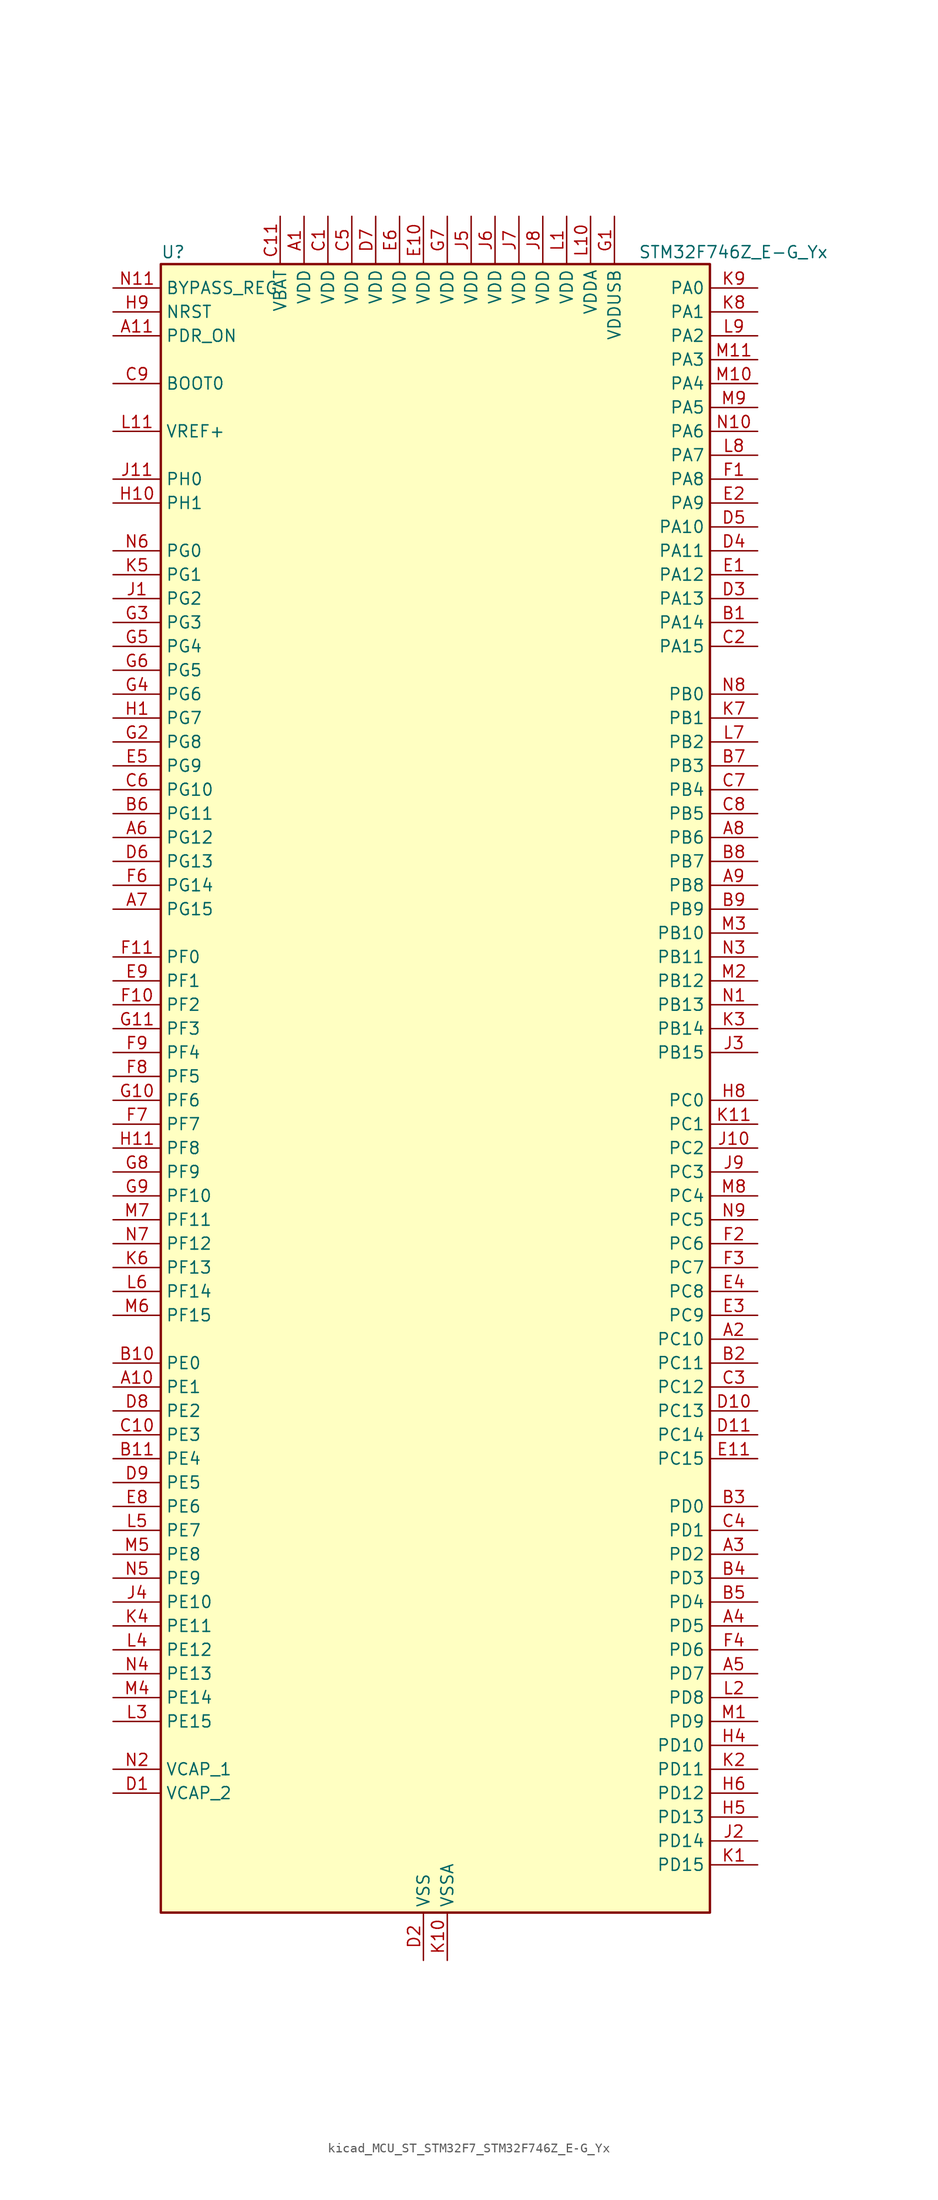
<source format=kicad_sym>
(kicad_symbol_lib
  (version 20220914)
  (generator kicad_symbol_editor)
  (symbol "kicad_MCU_ST_STM32F7_STM32F746Z_E-G_Yx"
    (property "Reference" "U"
      (at -27.94 90.17 0)
      (effects (font (size 1.27 1.27)) (justify left)))
    (property "Value" "STM32F746Z_E-G_Yx"
      (at 22.86 90.17 0)
      (effects (font (size 1.27 1.27)) (justify left)))
    (property "ki_locked" ""
      (at 0 0 0)
      (effects (font (size 1.27 1.27))))
    (symbol "kicad_MCU_ST_STM32F7_STM32F746Z_E-G_Yx_0_1"
      (rectangle (start -27.94 -86.36) (end 30.48 88.9) (stroke (width 0.254) (type default)) (fill (type background))))
    (symbol "kicad_MCU_ST_STM32F7_STM32F746Z_E-G_Yx_1_1"
      (pin power_in line (at -12.7 93.98 270) (length 5.08) (name "VDD" (effects (font (size 1.27 1.27)))) (number "A1" (effects (font (size 1.27 1.27)))))
      (pin bidirectional line (at -33.02 -30.48 0) (length 5.08) (name "PE1" (effects (font (size 1.27 1.27)))) (number "A10" (effects (font (size 1.27 1.27)))) (alternate "DCMI_D3" bidirectional line) (alternate "FMC_NBL1" bidirectional line) (alternate "LPTIM1_IN2" bidirectional line) (alternate "UART8_TX" bidirectional line))
      (pin input line (at -33.02 81.28 0) (length 5.08) (name "PDR_ON" (effects (font (size 1.27 1.27)))) (number "A11" (effects (font (size 1.27 1.27)))))
      (pin bidirectional line (at 35.56 -25.4 180) (length 5.08) (name "PC10" (effects (font (size 1.27 1.27)))) (number "A2" (effects (font (size 1.27 1.27)))) (alternate "DCMI_D8" bidirectional line) (alternate "I2S3_CK" bidirectional line) (alternate "LTDC_R2" bidirectional line) (alternate "QUADSPI_BK1_IO1" bidirectional line) (alternate "SDMMC1_D2" bidirectional line) (alternate "SPI3_SCK" bidirectional line) (alternate "UART4_TX" bidirectional line) (alternate "USART3_TX" bidirectional line))
      (pin bidirectional line (at 35.56 -48.26 180) (length 5.08) (name "PD2" (effects (font (size 1.27 1.27)))) (number "A3" (effects (font (size 1.27 1.27)))) (alternate "DCMI_D11" bidirectional line) (alternate "SDMMC1_CMD" bidirectional line) (alternate "SYS_TRACED2" bidirectional line) (alternate "TIM3_ETR" bidirectional line) (alternate "UART5_RX" bidirectional line))
      (pin bidirectional line (at 35.56 -55.88 180) (length 5.08) (name "PD5" (effects (font (size 1.27 1.27)))) (number "A4" (effects (font (size 1.27 1.27)))) (alternate "FMC_NWE" bidirectional line) (alternate "USART2_TX" bidirectional line))
      (pin bidirectional line (at 35.56 -60.96 180) (length 5.08) (name "PD7" (effects (font (size 1.27 1.27)))) (number "A5" (effects (font (size 1.27 1.27)))) (alternate "FMC_NE1" bidirectional line) (alternate "SPDIFRX_IN0" bidirectional line) (alternate "USART2_CK" bidirectional line))
      (pin bidirectional line (at -33.02 27.94 0) (length 5.08) (name "PG12" (effects (font (size 1.27 1.27)))) (number "A6" (effects (font (size 1.27 1.27)))) (alternate "FMC_NE4" bidirectional line) (alternate "LPTIM1_IN1" bidirectional line) (alternate "LTDC_B1" bidirectional line) (alternate "LTDC_B4" bidirectional line) (alternate "SPDIFRX_IN1" bidirectional line) (alternate "SPI6_MISO" bidirectional line) (alternate "USART6_DE" bidirectional line) (alternate "USART6_RTS" bidirectional line))
      (pin bidirectional line (at -33.02 20.32 0) (length 5.08) (name "PG15" (effects (font (size 1.27 1.27)))) (number "A7" (effects (font (size 1.27 1.27)))) (alternate "DCMI_D13" bidirectional line) (alternate "FMC_SDNCAS" bidirectional line) (alternate "USART6_CTS" bidirectional line))
      (pin bidirectional line (at 35.56 27.94 180) (length 5.08) (name "PB6" (effects (font (size 1.27 1.27)))) (number "A8" (effects (font (size 1.27 1.27)))) (alternate "CAN2_TX" bidirectional line) (alternate "CEC" bidirectional line) (alternate "DCMI_D5" bidirectional line) (alternate "FMC_SDNE1" bidirectional line) (alternate "I2C1_SCL" bidirectional line) (alternate "QUADSPI_BK1_NCS" bidirectional line) (alternate "TIM4_CH1" bidirectional line) (alternate "USART1_TX" bidirectional line))
      (pin bidirectional line (at 35.56 22.86 180) (length 5.08) (name "PB8" (effects (font (size 1.27 1.27)))) (number "A9" (effects (font (size 1.27 1.27)))) (alternate "CAN1_RX" bidirectional line) (alternate "DCMI_D6" bidirectional line) (alternate "ETH_TXD3" bidirectional line) (alternate "I2C1_SCL" bidirectional line) (alternate "LTDC_B6" bidirectional line) (alternate "SDMMC1_D4" bidirectional line) (alternate "TIM10_CH1" bidirectional line) (alternate "TIM4_CH3" bidirectional line))
      (pin bidirectional line (at 35.56 50.8 180) (length 5.08) (name "PA14" (effects (font (size 1.27 1.27)))) (number "B1" (effects (font (size 1.27 1.27)))) (alternate "SYS_JTCK-SWCLK" bidirectional line))
      (pin bidirectional line (at -33.02 -27.94 0) (length 5.08) (name "PE0" (effects (font (size 1.27 1.27)))) (number "B10" (effects (font (size 1.27 1.27)))) (alternate "DCMI_D2" bidirectional line) (alternate "FMC_NBL0" bidirectional line) (alternate "LPTIM1_ETR" bidirectional line) (alternate "SAI2_MCLK_A" bidirectional line) (alternate "TIM4_ETR" bidirectional line) (alternate "UART8_RX" bidirectional line))
      (pin bidirectional line (at -33.02 -38.1 0) (length 5.08) (name "PE4" (effects (font (size 1.27 1.27)))) (number "B11" (effects (font (size 1.27 1.27)))) (alternate "DCMI_D4" bidirectional line) (alternate "FMC_A20" bidirectional line) (alternate "LTDC_B0" bidirectional line) (alternate "SAI1_FS_A" bidirectional line) (alternate "SPI4_NSS" bidirectional line) (alternate "SYS_TRACED1" bidirectional line))
      (pin bidirectional line (at 35.56 -27.94 180) (length 5.08) (name "PC11" (effects (font (size 1.27 1.27)))) (number "B2" (effects (font (size 1.27 1.27)))) (alternate "ADC1_EXTI11" bidirectional line) (alternate "ADC2_EXTI11" bidirectional line) (alternate "ADC3_EXTI11" bidirectional line) (alternate "DCMI_D4" bidirectional line) (alternate "QUADSPI_BK2_NCS" bidirectional line) (alternate "SDMMC1_D3" bidirectional line) (alternate "SPI3_MISO" bidirectional line) (alternate "UART4_RX" bidirectional line) (alternate "USART3_RX" bidirectional line))
      (pin bidirectional line (at 35.56 -43.18 180) (length 5.08) (name "PD0" (effects (font (size 1.27 1.27)))) (number "B3" (effects (font (size 1.27 1.27)))) (alternate "CAN1_RX" bidirectional line) (alternate "FMC_D2" bidirectional line) (alternate "FMC_DA2" bidirectional line))
      (pin bidirectional line (at 35.56 -50.8 180) (length 5.08) (name "PD3" (effects (font (size 1.27 1.27)))) (number "B4" (effects (font (size 1.27 1.27)))) (alternate "DCMI_D5" bidirectional line) (alternate "FMC_CLK" bidirectional line) (alternate "I2S2_CK" bidirectional line) (alternate "LTDC_G7" bidirectional line) (alternate "SPI2_SCK" bidirectional line) (alternate "USART2_CTS" bidirectional line))
      (pin bidirectional line (at 35.56 -53.34 180) (length 5.08) (name "PD4" (effects (font (size 1.27 1.27)))) (number "B5" (effects (font (size 1.27 1.27)))) (alternate "FMC_NOE" bidirectional line) (alternate "USART2_DE" bidirectional line) (alternate "USART2_RTS" bidirectional line))
      (pin bidirectional line (at -33.02 30.48 0) (length 5.08) (name "PG11" (effects (font (size 1.27 1.27)))) (number "B6" (effects (font (size 1.27 1.27)))) (alternate "ADC1_EXTI11" bidirectional line) (alternate "ADC2_EXTI11" bidirectional line) (alternate "ADC3_EXTI11" bidirectional line) (alternate "DCMI_D3" bidirectional line) (alternate "ETH_TX_EN" bidirectional line) (alternate "LTDC_B3" bidirectional line) (alternate "SPDIFRX_IN0" bidirectional line))
      (pin bidirectional line (at 35.56 35.56 180) (length 5.08) (name "PB3" (effects (font (size 1.27 1.27)))) (number "B7" (effects (font (size 1.27 1.27)))) (alternate "I2S1_CK" bidirectional line) (alternate "I2S3_CK" bidirectional line) (alternate "SPI1_SCK" bidirectional line) (alternate "SPI3_SCK" bidirectional line) (alternate "SYS_JTDO-SWO" bidirectional line) (alternate "TIM2_CH2" bidirectional line))
      (pin bidirectional line (at 35.56 25.4 180) (length 5.08) (name "PB7" (effects (font (size 1.27 1.27)))) (number "B8" (effects (font (size 1.27 1.27)))) (alternate "DCMI_VSYNC" bidirectional line) (alternate "FMC_NL" bidirectional line) (alternate "I2C1_SDA" bidirectional line) (alternate "TIM4_CH2" bidirectional line) (alternate "USART1_RX" bidirectional line))
      (pin bidirectional line (at 35.56 20.32 180) (length 5.08) (name "PB9" (effects (font (size 1.27 1.27)))) (number "B9" (effects (font (size 1.27 1.27)))) (alternate "CAN1_TX" bidirectional line) (alternate "DAC_EXTI9" bidirectional line) (alternate "DCMI_D7" bidirectional line) (alternate "I2C1_SDA" bidirectional line) (alternate "I2S2_WS" bidirectional line) (alternate "LTDC_B7" bidirectional line) (alternate "SDMMC1_D5" bidirectional line) (alternate "SPI2_NSS" bidirectional line) (alternate "TIM11_CH1" bidirectional line) (alternate "TIM4_CH4" bidirectional line))
      (pin power_in line (at -10.16 93.98 270) (length 5.08) (name "VDD" (effects (font (size 1.27 1.27)))) (number "C1" (effects (font (size 1.27 1.27)))))
      (pin bidirectional line (at -33.02 -35.56 0) (length 5.08) (name "PE3" (effects (font (size 1.27 1.27)))) (number "C10" (effects (font (size 1.27 1.27)))) (alternate "FMC_A19" bidirectional line) (alternate "SAI1_SD_B" bidirectional line) (alternate "SYS_TRACED0" bidirectional line))
      (pin power_in line (at -15.24 93.98 270) (length 5.08) (name "VBAT" (effects (font (size 1.27 1.27)))) (number "C11" (effects (font (size 1.27 1.27)))))
      (pin bidirectional line (at 35.56 48.26 180) (length 5.08) (name "PA15" (effects (font (size 1.27 1.27)))) (number "C2" (effects (font (size 1.27 1.27)))) (alternate "CEC" bidirectional line) (alternate "I2S1_WS" bidirectional line) (alternate "I2S3_WS" bidirectional line) (alternate "SPI1_NSS" bidirectional line) (alternate "SPI3_NSS" bidirectional line) (alternate "SYS_JTDI" bidirectional line) (alternate "TIM2_CH1" bidirectional line) (alternate "TIM2_ETR" bidirectional line) (alternate "UART4_DE" bidirectional line) (alternate "UART4_RTS" bidirectional line))
      (pin bidirectional line (at 35.56 -30.48 180) (length 5.08) (name "PC12" (effects (font (size 1.27 1.27)))) (number "C3" (effects (font (size 1.27 1.27)))) (alternate "DCMI_D9" bidirectional line) (alternate "I2S3_SD" bidirectional line) (alternate "SDMMC1_CK" bidirectional line) (alternate "SPI3_MOSI" bidirectional line) (alternate "SYS_TRACED3" bidirectional line) (alternate "UART5_TX" bidirectional line) (alternate "USART3_CK" bidirectional line))
      (pin bidirectional line (at 35.56 -45.72 180) (length 5.08) (name "PD1" (effects (font (size 1.27 1.27)))) (number "C4" (effects (font (size 1.27 1.27)))) (alternate "CAN1_TX" bidirectional line) (alternate "FMC_D3" bidirectional line) (alternate "FMC_DA3" bidirectional line))
      (pin power_in line (at -7.62 93.98 270) (length 5.08) (name "VDD" (effects (font (size 1.27 1.27)))) (number "C5" (effects (font (size 1.27 1.27)))))
      (pin bidirectional line (at -33.02 33.02 0) (length 5.08) (name "PG10" (effects (font (size 1.27 1.27)))) (number "C6" (effects (font (size 1.27 1.27)))) (alternate "DCMI_D2" bidirectional line) (alternate "FMC_NE3" bidirectional line) (alternate "LTDC_B2" bidirectional line) (alternate "LTDC_G3" bidirectional line) (alternate "SAI2_SD_B" bidirectional line))
      (pin bidirectional line (at 35.56 33.02 180) (length 5.08) (name "PB4" (effects (font (size 1.27 1.27)))) (number "C7" (effects (font (size 1.27 1.27)))) (alternate "I2S2_WS" bidirectional line) (alternate "SPI1_MISO" bidirectional line) (alternate "SPI2_NSS" bidirectional line) (alternate "SPI3_MISO" bidirectional line) (alternate "SYS_JTRST" bidirectional line) (alternate "TIM3_CH1" bidirectional line))
      (pin bidirectional line (at 35.56 30.48 180) (length 5.08) (name "PB5" (effects (font (size 1.27 1.27)))) (number "C8" (effects (font (size 1.27 1.27)))) (alternate "CAN2_RX" bidirectional line) (alternate "DCMI_D10" bidirectional line) (alternate "ETH_PPS_OUT" bidirectional line) (alternate "FMC_SDCKE1" bidirectional line) (alternate "I2C1_SMBA" bidirectional line) (alternate "I2S1_SD" bidirectional line) (alternate "I2S3_SD" bidirectional line) (alternate "SPI1_MOSI" bidirectional line) (alternate "SPI3_MOSI" bidirectional line) (alternate "TIM3_CH2" bidirectional line) (alternate "USB_OTG_HS_ULPI_D7" bidirectional line))
      (pin input line (at -33.02 76.2 0) (length 5.08) (name "BOOT0" (effects (font (size 1.27 1.27)))) (number "C9" (effects (font (size 1.27 1.27)))))
      (pin power_out line (at -33.02 -73.66 0) (length 5.08) (name "VCAP_2" (effects (font (size 1.27 1.27)))) (number "D1" (effects (font (size 1.27 1.27)))))
      (pin bidirectional line (at 35.56 -33.02 180) (length 5.08) (name "PC13" (effects (font (size 1.27 1.27)))) (number "D10" (effects (font (size 1.27 1.27)))) (alternate "RTC_OUT" bidirectional line) (alternate "RTC_TAMP1" bidirectional line) (alternate "RTC_TS" bidirectional line) (alternate "SYS_WKUP4" bidirectional line))
      (pin bidirectional line (at 35.56 -35.56 180) (length 5.08) (name "PC14" (effects (font (size 1.27 1.27)))) (number "D11" (effects (font (size 1.27 1.27)))) (alternate "RCC_OSC32_IN" bidirectional line))
      (pin power_in line (at 0 -91.44 90) (length 5.08) (name "VSS" (effects (font (size 1.27 1.27)))) (number "D2" (effects (font (size 1.27 1.27)))))
      (pin bidirectional line (at 35.56 53.34 180) (length 5.08) (name "PA13" (effects (font (size 1.27 1.27)))) (number "D3" (effects (font (size 1.27 1.27)))) (alternate "SYS_JTMS-SWDIO" bidirectional line))
      (pin bidirectional line (at 35.56 58.42 180) (length 5.08) (name "PA11" (effects (font (size 1.27 1.27)))) (number "D4" (effects (font (size 1.27 1.27)))) (alternate "ADC1_EXTI11" bidirectional line) (alternate "ADC2_EXTI11" bidirectional line) (alternate "ADC3_EXTI11" bidirectional line) (alternate "CAN1_RX" bidirectional line) (alternate "LTDC_R4" bidirectional line) (alternate "TIM1_CH4" bidirectional line) (alternate "USART1_CTS" bidirectional line) (alternate "USB_OTG_FS_DM" bidirectional line))
      (pin bidirectional line (at 35.56 60.96 180) (length 5.08) (name "PA10" (effects (font (size 1.27 1.27)))) (number "D5" (effects (font (size 1.27 1.27)))) (alternate "DCMI_D1" bidirectional line) (alternate "TIM1_CH3" bidirectional line) (alternate "USART1_RX" bidirectional line) (alternate "USB_OTG_FS_ID" bidirectional line))
      (pin bidirectional line (at -33.02 25.4 0) (length 5.08) (name "PG13" (effects (font (size 1.27 1.27)))) (number "D6" (effects (font (size 1.27 1.27)))) (alternate "ETH_TXD0" bidirectional line) (alternate "FMC_A24" bidirectional line) (alternate "LPTIM1_OUT" bidirectional line) (alternate "LTDC_R0" bidirectional line) (alternate "SPI6_SCK" bidirectional line) (alternate "SYS_TRACED0" bidirectional line) (alternate "USART6_CTS" bidirectional line))
      (pin power_in line (at -5.08 93.98 270) (length 5.08) (name "VDD" (effects (font (size 1.27 1.27)))) (number "D7" (effects (font (size 1.27 1.27)))))
      (pin bidirectional line (at -33.02 -33.02 0) (length 5.08) (name "PE2" (effects (font (size 1.27 1.27)))) (number "D8" (effects (font (size 1.27 1.27)))) (alternate "ETH_TXD3" bidirectional line) (alternate "FMC_A23" bidirectional line) (alternate "QUADSPI_BK1_IO2" bidirectional line) (alternate "SAI1_MCLK_A" bidirectional line) (alternate "SPI4_SCK" bidirectional line) (alternate "SYS_TRACECLK" bidirectional line))
      (pin bidirectional line (at -33.02 -40.64 0) (length 5.08) (name "PE5" (effects (font (size 1.27 1.27)))) (number "D9" (effects (font (size 1.27 1.27)))) (alternate "DCMI_D6" bidirectional line) (alternate "FMC_A21" bidirectional line) (alternate "LTDC_G0" bidirectional line) (alternate "SAI1_SCK_A" bidirectional line) (alternate "SPI4_MISO" bidirectional line) (alternate "SYS_TRACED2" bidirectional line) (alternate "TIM9_CH1" bidirectional line))
      (pin bidirectional line (at 35.56 55.88 180) (length 5.08) (name "PA12" (effects (font (size 1.27 1.27)))) (number "E1" (effects (font (size 1.27 1.27)))) (alternate "CAN1_TX" bidirectional line) (alternate "LTDC_R5" bidirectional line) (alternate "SAI2_FS_B" bidirectional line) (alternate "TIM1_ETR" bidirectional line) (alternate "USART1_DE" bidirectional line) (alternate "USART1_RTS" bidirectional line) (alternate "USB_OTG_FS_DP" bidirectional line))
      (pin power_in line (at 0 93.98 270) (length 5.08) (name "VDD" (effects (font (size 1.27 1.27)))) (number "E10" (effects (font (size 1.27 1.27)))))
      (pin bidirectional line (at 35.56 -38.1 180) (length 5.08) (name "PC15" (effects (font (size 1.27 1.27)))) (number "E11" (effects (font (size 1.27 1.27)))) (alternate "RCC_OSC32_OUT" bidirectional line))
      (pin bidirectional line (at 35.56 63.5 180) (length 5.08) (name "PA9" (effects (font (size 1.27 1.27)))) (number "E2" (effects (font (size 1.27 1.27)))) (alternate "DAC_EXTI9" bidirectional line) (alternate "DCMI_D0" bidirectional line) (alternate "I2C3_SMBA" bidirectional line) (alternate "I2S2_CK" bidirectional line) (alternate "SPI2_SCK" bidirectional line) (alternate "TIM1_CH2" bidirectional line) (alternate "USART1_TX" bidirectional line) (alternate "USB_OTG_FS_VBUS" bidirectional line))
      (pin bidirectional line (at 35.56 -22.86 180) (length 5.08) (name "PC9" (effects (font (size 1.27 1.27)))) (number "E3" (effects (font (size 1.27 1.27)))) (alternate "DAC_EXTI9" bidirectional line) (alternate "DCMI_D3" bidirectional line) (alternate "I2C3_SDA" bidirectional line) (alternate "I2S_CKIN" bidirectional line) (alternate "QUADSPI_BK1_IO0" bidirectional line) (alternate "RCC_MCO_2" bidirectional line) (alternate "SDMMC1_D1" bidirectional line) (alternate "TIM3_CH4" bidirectional line) (alternate "TIM8_CH4" bidirectional line) (alternate "UART5_CTS" bidirectional line))
      (pin bidirectional line (at 35.56 -20.32 180) (length 5.08) (name "PC8" (effects (font (size 1.27 1.27)))) (number "E4" (effects (font (size 1.27 1.27)))) (alternate "DCMI_D2" bidirectional line) (alternate "SDMMC1_D0" bidirectional line) (alternate "SYS_TRACED1" bidirectional line) (alternate "TIM3_CH3" bidirectional line) (alternate "TIM8_CH3" bidirectional line) (alternate "UART5_DE" bidirectional line) (alternate "UART5_RTS" bidirectional line) (alternate "USART6_CK" bidirectional line))
      (pin bidirectional line (at -33.02 35.56 0) (length 5.08) (name "PG9" (effects (font (size 1.27 1.27)))) (number "E5" (effects (font (size 1.27 1.27)))) (alternate "DAC_EXTI9" bidirectional line) (alternate "DCMI_VSYNC" bidirectional line) (alternate "FMC_NCE" bidirectional line) (alternate "FMC_NE2" bidirectional line) (alternate "QUADSPI_BK2_IO2" bidirectional line) (alternate "SAI2_FS_B" bidirectional line) (alternate "SPDIFRX_IN3" bidirectional line) (alternate "USART6_RX" bidirectional line))
      (pin power_in line (at -2.54 93.98 270) (length 5.08) (name "VDD" (effects (font (size 1.27 1.27)))) (number "E6" (effects (font (size 1.27 1.27)))))
      (pin passive line (at 0 -91.44 90) (length 5.08) hide (name "VSS" (effects (font (size 1.27 1.27)))) (number "E7" (effects (font (size 1.27 1.27)))))
      (pin bidirectional line (at -33.02 -43.18 0) (length 5.08) (name "PE6" (effects (font (size 1.27 1.27)))) (number "E8" (effects (font (size 1.27 1.27)))) (alternate "DCMI_D7" bidirectional line) (alternate "FMC_A22" bidirectional line) (alternate "LTDC_G1" bidirectional line) (alternate "SAI1_SD_A" bidirectional line) (alternate "SAI2_MCLK_B" bidirectional line) (alternate "SPI4_MOSI" bidirectional line) (alternate "SYS_TRACED3" bidirectional line) (alternate "TIM1_BKIN2" bidirectional line) (alternate "TIM9_CH2" bidirectional line))
      (pin bidirectional line (at -33.02 12.7 0) (length 5.08) (name "PF1" (effects (font (size 1.27 1.27)))) (number "E9" (effects (font (size 1.27 1.27)))) (alternate "FMC_A1" bidirectional line) (alternate "I2C2_SCL" bidirectional line))
      (pin bidirectional line (at 35.56 66.04 180) (length 5.08) (name "PA8" (effects (font (size 1.27 1.27)))) (number "F1" (effects (font (size 1.27 1.27)))) (alternate "I2C3_SCL" bidirectional line) (alternate "LTDC_R6" bidirectional line) (alternate "RCC_MCO_1" bidirectional line) (alternate "TIM1_CH1" bidirectional line) (alternate "TIM8_BKIN2" bidirectional line) (alternate "USART1_CK" bidirectional line) (alternate "USB_OTG_FS_SOF" bidirectional line))
      (pin bidirectional line (at -33.02 10.16 0) (length 5.08) (name "PF2" (effects (font (size 1.27 1.27)))) (number "F10" (effects (font (size 1.27 1.27)))) (alternate "FMC_A2" bidirectional line) (alternate "I2C2_SMBA" bidirectional line))
      (pin bidirectional line (at -33.02 15.24 0) (length 5.08) (name "PF0" (effects (font (size 1.27 1.27)))) (number "F11" (effects (font (size 1.27 1.27)))) (alternate "FMC_A0" bidirectional line) (alternate "I2C2_SDA" bidirectional line))
      (pin bidirectional line (at 35.56 -15.24 180) (length 5.08) (name "PC6" (effects (font (size 1.27 1.27)))) (number "F2" (effects (font (size 1.27 1.27)))) (alternate "DCMI_D0" bidirectional line) (alternate "I2S2_MCK" bidirectional line) (alternate "LTDC_HSYNC" bidirectional line) (alternate "SDMMC1_D6" bidirectional line) (alternate "TIM3_CH1" bidirectional line) (alternate "TIM8_CH1" bidirectional line) (alternate "USART6_TX" bidirectional line))
      (pin bidirectional line (at 35.56 -17.78 180) (length 5.08) (name "PC7" (effects (font (size 1.27 1.27)))) (number "F3" (effects (font (size 1.27 1.27)))) (alternate "DCMI_D1" bidirectional line) (alternate "I2S3_MCK" bidirectional line) (alternate "LTDC_G6" bidirectional line) (alternate "SDMMC1_D7" bidirectional line) (alternate "TIM3_CH2" bidirectional line) (alternate "TIM8_CH2" bidirectional line) (alternate "USART6_RX" bidirectional line))
      (pin bidirectional line (at 35.56 -58.42 180) (length 5.08) (name "PD6" (effects (font (size 1.27 1.27)))) (number "F4" (effects (font (size 1.27 1.27)))) (alternate "DCMI_D10" bidirectional line) (alternate "FMC_NWAIT" bidirectional line) (alternate "I2S3_SD" bidirectional line) (alternate "LTDC_B2" bidirectional line) (alternate "SAI1_SD_A" bidirectional line) (alternate "SPI3_MOSI" bidirectional line) (alternate "USART2_RX" bidirectional line))
      (pin passive line (at 0 -91.44 90) (length 5.08) hide (name "VSS" (effects (font (size 1.27 1.27)))) (number "F5" (effects (font (size 1.27 1.27)))))
      (pin bidirectional line (at -33.02 22.86 0) (length 5.08) (name "PG14" (effects (font (size 1.27 1.27)))) (number "F6" (effects (font (size 1.27 1.27)))) (alternate "ETH_TXD1" bidirectional line) (alternate "FMC_A25" bidirectional line) (alternate "LPTIM1_ETR" bidirectional line) (alternate "LTDC_B0" bidirectional line) (alternate "QUADSPI_BK2_IO3" bidirectional line) (alternate "SPI6_MOSI" bidirectional line) (alternate "SYS_TRACED1" bidirectional line) (alternate "USART6_TX" bidirectional line))
      (pin bidirectional line (at -33.02 -2.54 0) (length 5.08) (name "PF7" (effects (font (size 1.27 1.27)))) (number "F7" (effects (font (size 1.27 1.27)))) (alternate "ADC3_IN5" bidirectional line) (alternate "QUADSPI_BK1_IO2" bidirectional line) (alternate "SAI1_MCLK_B" bidirectional line) (alternate "SPI5_SCK" bidirectional line) (alternate "TIM11_CH1" bidirectional line) (alternate "UART7_TX" bidirectional line))
      (pin bidirectional line (at -33.02 2.54 0) (length 5.08) (name "PF5" (effects (font (size 1.27 1.27)))) (number "F8" (effects (font (size 1.27 1.27)))) (alternate "ADC3_IN15" bidirectional line) (alternate "FMC_A5" bidirectional line))
      (pin bidirectional line (at -33.02 5.08 0) (length 5.08) (name "PF4" (effects (font (size 1.27 1.27)))) (number "F9" (effects (font (size 1.27 1.27)))) (alternate "ADC3_IN14" bidirectional line) (alternate "FMC_A4" bidirectional line))
      (pin power_in line (at 20.32 93.98 270) (length 5.08) (name "VDDUSB" (effects (font (size 1.27 1.27)))) (number "G1" (effects (font (size 1.27 1.27)))))
      (pin bidirectional line (at -33.02 0 0) (length 5.08) (name "PF6" (effects (font (size 1.27 1.27)))) (number "G10" (effects (font (size 1.27 1.27)))) (alternate "ADC3_IN4" bidirectional line) (alternate "QUADSPI_BK1_IO3" bidirectional line) (alternate "SAI1_SD_B" bidirectional line) (alternate "SPI5_NSS" bidirectional line) (alternate "TIM10_CH1" bidirectional line) (alternate "UART7_RX" bidirectional line))
      (pin bidirectional line (at -33.02 7.62 0) (length 5.08) (name "PF3" (effects (font (size 1.27 1.27)))) (number "G11" (effects (font (size 1.27 1.27)))) (alternate "ADC3_IN9" bidirectional line) (alternate "FMC_A3" bidirectional line))
      (pin bidirectional line (at -33.02 38.1 0) (length 5.08) (name "PG8" (effects (font (size 1.27 1.27)))) (number "G2" (effects (font (size 1.27 1.27)))) (alternate "ETH_PPS_OUT" bidirectional line) (alternate "FMC_SDCLK" bidirectional line) (alternate "SPDIFRX_IN2" bidirectional line) (alternate "SPI6_NSS" bidirectional line) (alternate "USART6_DE" bidirectional line) (alternate "USART6_RTS" bidirectional line))
      (pin bidirectional line (at -33.02 50.8 0) (length 5.08) (name "PG3" (effects (font (size 1.27 1.27)))) (number "G3" (effects (font (size 1.27 1.27)))) (alternate "FMC_A13" bidirectional line))
      (pin bidirectional line (at -33.02 43.18 0) (length 5.08) (name "PG6" (effects (font (size 1.27 1.27)))) (number "G4" (effects (font (size 1.27 1.27)))) (alternate "DCMI_D12" bidirectional line) (alternate "LTDC_R7" bidirectional line))
      (pin bidirectional line (at -33.02 48.26 0) (length 5.08) (name "PG4" (effects (font (size 1.27 1.27)))) (number "G5" (effects (font (size 1.27 1.27)))) (alternate "FMC_A14" bidirectional line) (alternate "FMC_BA0" bidirectional line))
      (pin bidirectional line (at -33.02 45.72 0) (length 5.08) (name "PG5" (effects (font (size 1.27 1.27)))) (number "G6" (effects (font (size 1.27 1.27)))) (alternate "FMC_A15" bidirectional line) (alternate "FMC_BA1" bidirectional line))
      (pin power_in line (at 2.54 93.98 270) (length 5.08) (name "VDD" (effects (font (size 1.27 1.27)))) (number "G7" (effects (font (size 1.27 1.27)))))
      (pin bidirectional line (at -33.02 -7.62 0) (length 5.08) (name "PF9" (effects (font (size 1.27 1.27)))) (number "G8" (effects (font (size 1.27 1.27)))) (alternate "ADC3_IN7" bidirectional line) (alternate "DAC_EXTI9" bidirectional line) (alternate "QUADSPI_BK1_IO1" bidirectional line) (alternate "SAI1_FS_B" bidirectional line) (alternate "SPI5_MOSI" bidirectional line) (alternate "TIM14_CH1" bidirectional line) (alternate "UART7_CTS" bidirectional line))
      (pin bidirectional line (at -33.02 -10.16 0) (length 5.08) (name "PF10" (effects (font (size 1.27 1.27)))) (number "G9" (effects (font (size 1.27 1.27)))) (alternate "ADC3_IN8" bidirectional line) (alternate "DCMI_D11" bidirectional line) (alternate "LTDC_DE" bidirectional line))
      (pin bidirectional line (at -33.02 40.64 0) (length 5.08) (name "PG7" (effects (font (size 1.27 1.27)))) (number "H1" (effects (font (size 1.27 1.27)))) (alternate "DCMI_D13" bidirectional line) (alternate "FMC_INT" bidirectional line) (alternate "LTDC_CLK" bidirectional line) (alternate "USART6_CK" bidirectional line))
      (pin bidirectional line (at -33.02 63.5 0) (length 5.08) (name "PH1" (effects (font (size 1.27 1.27)))) (number "H10" (effects (font (size 1.27 1.27)))) (alternate "RCC_OSC_OUT" bidirectional line))
      (pin bidirectional line (at -33.02 -5.08 0) (length 5.08) (name "PF8" (effects (font (size 1.27 1.27)))) (number "H11" (effects (font (size 1.27 1.27)))) (alternate "ADC3_IN6" bidirectional line) (alternate "QUADSPI_BK1_IO0" bidirectional line) (alternate "SAI1_SCK_B" bidirectional line) (alternate "SPI5_MISO" bidirectional line) (alternate "TIM13_CH1" bidirectional line) (alternate "UART7_DE" bidirectional line) (alternate "UART7_RTS" bidirectional line))
      (pin passive line (at 0 -91.44 90) (length 5.08) hide (name "VSS" (effects (font (size 1.27 1.27)))) (number "H2" (effects (font (size 1.27 1.27)))))
      (pin passive line (at 0 -91.44 90) (length 5.08) hide (name "VSS" (effects (font (size 1.27 1.27)))) (number "H3" (effects (font (size 1.27 1.27)))))
      (pin bidirectional line (at 35.56 -68.58 180) (length 5.08) (name "PD10" (effects (font (size 1.27 1.27)))) (number "H4" (effects (font (size 1.27 1.27)))) (alternate "FMC_D15" bidirectional line) (alternate "FMC_DA15" bidirectional line) (alternate "LTDC_B3" bidirectional line) (alternate "USART3_CK" bidirectional line))
      (pin bidirectional line (at 35.56 -76.2 180) (length 5.08) (name "PD13" (effects (font (size 1.27 1.27)))) (number "H5" (effects (font (size 1.27 1.27)))) (alternate "FMC_A18" bidirectional line) (alternate "I2C4_SDA" bidirectional line) (alternate "LPTIM1_OUT" bidirectional line) (alternate "QUADSPI_BK1_IO3" bidirectional line) (alternate "SAI2_SCK_A" bidirectional line) (alternate "TIM4_CH2" bidirectional line))
      (pin bidirectional line (at 35.56 -73.66 180) (length 5.08) (name "PD12" (effects (font (size 1.27 1.27)))) (number "H6" (effects (font (size 1.27 1.27)))) (alternate "FMC_A17" bidirectional line) (alternate "FMC_ALE" bidirectional line) (alternate "I2C4_SCL" bidirectional line) (alternate "LPTIM1_IN1" bidirectional line) (alternate "QUADSPI_BK1_IO1" bidirectional line) (alternate "SAI2_FS_A" bidirectional line) (alternate "TIM4_CH1" bidirectional line) (alternate "USART3_DE" bidirectional line) (alternate "USART3_RTS" bidirectional line))
      (pin passive line (at 0 -91.44 90) (length 5.08) hide (name "VSS" (effects (font (size 1.27 1.27)))) (number "H7" (effects (font (size 1.27 1.27)))))
      (pin bidirectional line (at 35.56 0 180) (length 5.08) (name "PC0" (effects (font (size 1.27 1.27)))) (number "H8" (effects (font (size 1.27 1.27)))) (alternate "ADC1_IN10" bidirectional line) (alternate "ADC2_IN10" bidirectional line) (alternate "ADC3_IN10" bidirectional line) (alternate "FMC_SDNWE" bidirectional line) (alternate "LTDC_R5" bidirectional line) (alternate "SAI2_FS_B" bidirectional line) (alternate "USB_OTG_HS_ULPI_STP" bidirectional line))
      (pin input line (at -33.02 83.82 0) (length 5.08) (name "NRST" (effects (font (size 1.27 1.27)))) (number "H9" (effects (font (size 1.27 1.27)))))
      (pin bidirectional line (at -33.02 53.34 0) (length 5.08) (name "PG2" (effects (font (size 1.27 1.27)))) (number "J1" (effects (font (size 1.27 1.27)))) (alternate "FMC_A12" bidirectional line))
      (pin bidirectional line (at 35.56 -5.08 180) (length 5.08) (name "PC2" (effects (font (size 1.27 1.27)))) (number "J10" (effects (font (size 1.27 1.27)))) (alternate "ADC1_IN12" bidirectional line) (alternate "ADC2_IN12" bidirectional line) (alternate "ADC3_IN12" bidirectional line) (alternate "ETH_TXD2" bidirectional line) (alternate "FMC_SDNE0" bidirectional line) (alternate "SPI2_MISO" bidirectional line) (alternate "USB_OTG_HS_ULPI_DIR" bidirectional line))
      (pin bidirectional line (at -33.02 66.04 0) (length 5.08) (name "PH0" (effects (font (size 1.27 1.27)))) (number "J11" (effects (font (size 1.27 1.27)))) (alternate "RCC_OSC_IN" bidirectional line))
      (pin bidirectional line (at 35.56 -78.74 180) (length 5.08) (name "PD14" (effects (font (size 1.27 1.27)))) (number "J2" (effects (font (size 1.27 1.27)))) (alternate "FMC_D0" bidirectional line) (alternate "FMC_DA0" bidirectional line) (alternate "TIM4_CH3" bidirectional line) (alternate "UART8_CTS" bidirectional line))
      (pin bidirectional line (at 35.56 5.08 180) (length 5.08) (name "PB15" (effects (font (size 1.27 1.27)))) (number "J3" (effects (font (size 1.27 1.27)))) (alternate "I2S2_SD" bidirectional line) (alternate "RTC_REFIN" bidirectional line) (alternate "SPI2_MOSI" bidirectional line) (alternate "TIM12_CH2" bidirectional line) (alternate "TIM1_CH3N" bidirectional line) (alternate "TIM8_CH3N" bidirectional line) (alternate "USB_OTG_HS_DP" bidirectional line))
      (pin bidirectional line (at -33.02 -53.34 0) (length 5.08) (name "PE10" (effects (font (size 1.27 1.27)))) (number "J4" (effects (font (size 1.27 1.27)))) (alternate "FMC_D7" bidirectional line) (alternate "FMC_DA7" bidirectional line) (alternate "QUADSPI_BK2_IO3" bidirectional line) (alternate "TIM1_CH2N" bidirectional line) (alternate "UART7_CTS" bidirectional line))
      (pin power_in line (at 5.08 93.98 270) (length 5.08) (name "VDD" (effects (font (size 1.27 1.27)))) (number "J5" (effects (font (size 1.27 1.27)))))
      (pin power_in line (at 7.62 93.98 270) (length 5.08) (name "VDD" (effects (font (size 1.27 1.27)))) (number "J6" (effects (font (size 1.27 1.27)))))
      (pin power_in line (at 10.16 93.98 270) (length 5.08) (name "VDD" (effects (font (size 1.27 1.27)))) (number "J7" (effects (font (size 1.27 1.27)))))
      (pin power_in line (at 12.7 93.98 270) (length 5.08) (name "VDD" (effects (font (size 1.27 1.27)))) (number "J8" (effects (font (size 1.27 1.27)))))
      (pin bidirectional line (at 35.56 -7.62 180) (length 5.08) (name "PC3" (effects (font (size 1.27 1.27)))) (number "J9" (effects (font (size 1.27 1.27)))) (alternate "ADC1_IN13" bidirectional line) (alternate "ADC2_IN13" bidirectional line) (alternate "ADC3_IN13" bidirectional line) (alternate "ETH_TX_CLK" bidirectional line) (alternate "FMC_SDCKE0" bidirectional line) (alternate "I2S2_SD" bidirectional line) (alternate "SPI2_MOSI" bidirectional line) (alternate "USB_OTG_HS_ULPI_NXT" bidirectional line))
      (pin bidirectional line (at 35.56 -81.28 180) (length 5.08) (name "PD15" (effects (font (size 1.27 1.27)))) (number "K1" (effects (font (size 1.27 1.27)))) (alternate "FMC_D1" bidirectional line) (alternate "FMC_DA1" bidirectional line) (alternate "TIM4_CH4" bidirectional line) (alternate "UART8_DE" bidirectional line) (alternate "UART8_RTS" bidirectional line))
      (pin power_in line (at 2.54 -91.44 90) (length 5.08) (name "VSSA" (effects (font (size 1.27 1.27)))) (number "K10" (effects (font (size 1.27 1.27)))))
      (pin bidirectional line (at 35.56 -2.54 180) (length 5.08) (name "PC1" (effects (font (size 1.27 1.27)))) (number "K11" (effects (font (size 1.27 1.27)))) (alternate "ADC1_IN11" bidirectional line) (alternate "ADC2_IN11" bidirectional line) (alternate "ADC3_IN11" bidirectional line) (alternate "ETH_MDC" bidirectional line) (alternate "I2S2_SD" bidirectional line) (alternate "RTC_TAMP3" bidirectional line) (alternate "RTC_TS" bidirectional line) (alternate "SAI1_SD_A" bidirectional line) (alternate "SPI2_MOSI" bidirectional line) (alternate "SYS_TRACED0" bidirectional line) (alternate "SYS_WKUP3" bidirectional line))
      (pin bidirectional line (at 35.56 -71.12 180) (length 5.08) (name "PD11" (effects (font (size 1.27 1.27)))) (number "K2" (effects (font (size 1.27 1.27)))) (alternate "ADC1_EXTI11" bidirectional line) (alternate "ADC2_EXTI11" bidirectional line) (alternate "ADC3_EXTI11" bidirectional line) (alternate "FMC_A16" bidirectional line) (alternate "FMC_CLE" bidirectional line) (alternate "I2C4_SMBA" bidirectional line) (alternate "QUADSPI_BK1_IO0" bidirectional line) (alternate "SAI2_SD_A" bidirectional line) (alternate "USART3_CTS" bidirectional line))
      (pin bidirectional line (at 35.56 7.62 180) (length 5.08) (name "PB14" (effects (font (size 1.27 1.27)))) (number "K3" (effects (font (size 1.27 1.27)))) (alternate "SPI2_MISO" bidirectional line) (alternate "TIM12_CH1" bidirectional line) (alternate "TIM1_CH2N" bidirectional line) (alternate "TIM8_CH2N" bidirectional line) (alternate "USART3_DE" bidirectional line) (alternate "USART3_RTS" bidirectional line) (alternate "USB_OTG_HS_DM" bidirectional line))
      (pin bidirectional line (at -33.02 -55.88 0) (length 5.08) (name "PE11" (effects (font (size 1.27 1.27)))) (number "K4" (effects (font (size 1.27 1.27)))) (alternate "ADC1_EXTI11" bidirectional line) (alternate "ADC2_EXTI11" bidirectional line) (alternate "ADC3_EXTI11" bidirectional line) (alternate "FMC_D8" bidirectional line) (alternate "FMC_DA8" bidirectional line) (alternate "LTDC_G3" bidirectional line) (alternate "SAI2_SD_B" bidirectional line) (alternate "SPI4_NSS" bidirectional line) (alternate "TIM1_CH2" bidirectional line))
      (pin bidirectional line (at -33.02 55.88 0) (length 5.08) (name "PG1" (effects (font (size 1.27 1.27)))) (number "K5" (effects (font (size 1.27 1.27)))) (alternate "FMC_A11" bidirectional line))
      (pin bidirectional line (at -33.02 -17.78 0) (length 5.08) (name "PF13" (effects (font (size 1.27 1.27)))) (number "K6" (effects (font (size 1.27 1.27)))) (alternate "FMC_A7" bidirectional line) (alternate "I2C4_SMBA" bidirectional line))
      (pin bidirectional line (at 35.56 40.64 180) (length 5.08) (name "PB1" (effects (font (size 1.27 1.27)))) (number "K7" (effects (font (size 1.27 1.27)))) (alternate "ADC1_IN9" bidirectional line) (alternate "ADC2_IN9" bidirectional line) (alternate "ETH_RXD3" bidirectional line) (alternate "LTDC_R6" bidirectional line) (alternate "TIM1_CH3N" bidirectional line) (alternate "TIM3_CH4" bidirectional line) (alternate "TIM8_CH3N" bidirectional line) (alternate "USB_OTG_HS_ULPI_D2" bidirectional line))
      (pin bidirectional line (at 35.56 83.82 180) (length 5.08) (name "PA1" (effects (font (size 1.27 1.27)))) (number "K8" (effects (font (size 1.27 1.27)))) (alternate "ADC1_IN1" bidirectional line) (alternate "ADC2_IN1" bidirectional line) (alternate "ADC3_IN1" bidirectional line) (alternate "ETH_REF_CLK" bidirectional line) (alternate "ETH_RX_CLK" bidirectional line) (alternate "LTDC_R2" bidirectional line) (alternate "QUADSPI_BK1_IO3" bidirectional line) (alternate "SAI2_MCLK_B" bidirectional line) (alternate "TIM2_CH2" bidirectional line) (alternate "TIM5_CH2" bidirectional line) (alternate "UART4_RX" bidirectional line) (alternate "USART2_DE" bidirectional line) (alternate "USART2_RTS" bidirectional line))
      (pin bidirectional line (at 35.56 86.36 180) (length 5.08) (name "PA0" (effects (font (size 1.27 1.27)))) (number "K9" (effects (font (size 1.27 1.27)))) (alternate "ADC1_IN0" bidirectional line) (alternate "ADC2_IN0" bidirectional line) (alternate "ADC3_IN0" bidirectional line) (alternate "ETH_CRS" bidirectional line) (alternate "SAI2_SD_B" bidirectional line) (alternate "SYS_WKUP1" bidirectional line) (alternate "TIM2_CH1" bidirectional line) (alternate "TIM2_ETR" bidirectional line) (alternate "TIM5_CH1" bidirectional line) (alternate "TIM8_ETR" bidirectional line) (alternate "UART4_TX" bidirectional line) (alternate "USART2_CTS" bidirectional line))
      (pin power_in line (at 15.24 93.98 270) (length 5.08) (name "VDD" (effects (font (size 1.27 1.27)))) (number "L1" (effects (font (size 1.27 1.27)))))
      (pin power_in line (at 17.78 93.98 270) (length 5.08) (name "VDDA" (effects (font (size 1.27 1.27)))) (number "L10" (effects (font (size 1.27 1.27)))))
      (pin input line (at -33.02 71.12 0) (length 5.08) (name "VREF+" (effects (font (size 1.27 1.27)))) (number "L11" (effects (font (size 1.27 1.27)))))
      (pin bidirectional line (at 35.56 -63.5 180) (length 5.08) (name "PD8" (effects (font (size 1.27 1.27)))) (number "L2" (effects (font (size 1.27 1.27)))) (alternate "FMC_D13" bidirectional line) (alternate "FMC_DA13" bidirectional line) (alternate "SPDIFRX_IN1" bidirectional line) (alternate "USART3_TX" bidirectional line))
      (pin bidirectional line (at -33.02 -66.04 0) (length 5.08) (name "PE15" (effects (font (size 1.27 1.27)))) (number "L3" (effects (font (size 1.27 1.27)))) (alternate "FMC_D12" bidirectional line) (alternate "FMC_DA12" bidirectional line) (alternate "LTDC_R7" bidirectional line) (alternate "TIM1_BKIN" bidirectional line))
      (pin bidirectional line (at -33.02 -58.42 0) (length 5.08) (name "PE12" (effects (font (size 1.27 1.27)))) (number "L4" (effects (font (size 1.27 1.27)))) (alternate "FMC_D9" bidirectional line) (alternate "FMC_DA9" bidirectional line) (alternate "LTDC_B4" bidirectional line) (alternate "SAI2_SCK_B" bidirectional line) (alternate "SPI4_SCK" bidirectional line) (alternate "TIM1_CH3N" bidirectional line))
      (pin bidirectional line (at -33.02 -45.72 0) (length 5.08) (name "PE7" (effects (font (size 1.27 1.27)))) (number "L5" (effects (font (size 1.27 1.27)))) (alternate "FMC_D4" bidirectional line) (alternate "FMC_DA4" bidirectional line) (alternate "QUADSPI_BK2_IO0" bidirectional line) (alternate "TIM1_ETR" bidirectional line) (alternate "UART7_RX" bidirectional line))
      (pin bidirectional line (at -33.02 -20.32 0) (length 5.08) (name "PF14" (effects (font (size 1.27 1.27)))) (number "L6" (effects (font (size 1.27 1.27)))) (alternate "FMC_A8" bidirectional line) (alternate "I2C4_SCL" bidirectional line))
      (pin bidirectional line (at 35.56 38.1 180) (length 5.08) (name "PB2" (effects (font (size 1.27 1.27)))) (number "L7" (effects (font (size 1.27 1.27)))) (alternate "I2S3_SD" bidirectional line) (alternate "QUADSPI_CLK" bidirectional line) (alternate "SAI1_SD_A" bidirectional line) (alternate "SPI3_MOSI" bidirectional line))
      (pin bidirectional line (at 35.56 68.58 180) (length 5.08) (name "PA7" (effects (font (size 1.27 1.27)))) (number "L8" (effects (font (size 1.27 1.27)))) (alternate "ADC1_IN7" bidirectional line) (alternate "ADC2_IN7" bidirectional line) (alternate "ETH_CRS_DV" bidirectional line) (alternate "ETH_RX_DV" bidirectional line) (alternate "FMC_SDNWE" bidirectional line) (alternate "I2S1_SD" bidirectional line) (alternate "SPI1_MOSI" bidirectional line) (alternate "TIM14_CH1" bidirectional line) (alternate "TIM1_CH1N" bidirectional line) (alternate "TIM3_CH2" bidirectional line) (alternate "TIM8_CH1N" bidirectional line))
      (pin bidirectional line (at 35.56 81.28 180) (length 5.08) (name "PA2" (effects (font (size 1.27 1.27)))) (number "L9" (effects (font (size 1.27 1.27)))) (alternate "ADC1_IN2" bidirectional line) (alternate "ADC2_IN2" bidirectional line) (alternate "ADC3_IN2" bidirectional line) (alternate "ETH_MDIO" bidirectional line) (alternate "LTDC_R1" bidirectional line) (alternate "SAI2_SCK_B" bidirectional line) (alternate "SYS_WKUP2" bidirectional line) (alternate "TIM2_CH3" bidirectional line) (alternate "TIM5_CH3" bidirectional line) (alternate "TIM9_CH1" bidirectional line) (alternate "USART2_TX" bidirectional line))
      (pin bidirectional line (at 35.56 -66.04 180) (length 5.08) (name "PD9" (effects (font (size 1.27 1.27)))) (number "M1" (effects (font (size 1.27 1.27)))) (alternate "DAC_EXTI9" bidirectional line) (alternate "FMC_D14" bidirectional line) (alternate "FMC_DA14" bidirectional line) (alternate "USART3_RX" bidirectional line))
      (pin bidirectional line (at 35.56 76.2 180) (length 5.08) (name "PA4" (effects (font (size 1.27 1.27)))) (number "M10" (effects (font (size 1.27 1.27)))) (alternate "ADC1_IN4" bidirectional line) (alternate "ADC2_IN4" bidirectional line) (alternate "DAC_OUT1" bidirectional line) (alternate "DCMI_HSYNC" bidirectional line) (alternate "I2S1_WS" bidirectional line) (alternate "I2S3_WS" bidirectional line) (alternate "LTDC_VSYNC" bidirectional line) (alternate "SPI1_NSS" bidirectional line) (alternate "SPI3_NSS" bidirectional line) (alternate "USART2_CK" bidirectional line) (alternate "USB_OTG_HS_SOF" bidirectional line))
      (pin bidirectional line (at 35.56 78.74 180) (length 5.08) (name "PA3" (effects (font (size 1.27 1.27)))) (number "M11" (effects (font (size 1.27 1.27)))) (alternate "ADC1_IN3" bidirectional line) (alternate "ADC2_IN3" bidirectional line) (alternate "ADC3_IN3" bidirectional line) (alternate "ETH_COL" bidirectional line) (alternate "LTDC_B5" bidirectional line) (alternate "TIM2_CH4" bidirectional line) (alternate "TIM5_CH4" bidirectional line) (alternate "TIM9_CH2" bidirectional line) (alternate "USART2_RX" bidirectional line) (alternate "USB_OTG_HS_ULPI_D0" bidirectional line))
      (pin bidirectional line (at 35.56 12.7 180) (length 5.08) (name "PB12" (effects (font (size 1.27 1.27)))) (number "M2" (effects (font (size 1.27 1.27)))) (alternate "CAN2_RX" bidirectional line) (alternate "ETH_TXD0" bidirectional line) (alternate "I2C2_SMBA" bidirectional line) (alternate "I2S2_WS" bidirectional line) (alternate "SPI2_NSS" bidirectional line) (alternate "TIM1_BKIN" bidirectional line) (alternate "USART3_CK" bidirectional line) (alternate "USB_OTG_HS_ID" bidirectional line) (alternate "USB_OTG_HS_ULPI_D5" bidirectional line))
      (pin bidirectional line (at 35.56 17.78 180) (length 5.08) (name "PB10" (effects (font (size 1.27 1.27)))) (number "M3" (effects (font (size 1.27 1.27)))) (alternate "ETH_RX_ER" bidirectional line) (alternate "I2C2_SCL" bidirectional line) (alternate "I2S2_CK" bidirectional line) (alternate "LTDC_G4" bidirectional line) (alternate "SPI2_SCK" bidirectional line) (alternate "TIM2_CH3" bidirectional line) (alternate "USART3_TX" bidirectional line) (alternate "USB_OTG_HS_ULPI_D3" bidirectional line))
      (pin bidirectional line (at -33.02 -63.5 0) (length 5.08) (name "PE14" (effects (font (size 1.27 1.27)))) (number "M4" (effects (font (size 1.27 1.27)))) (alternate "FMC_D11" bidirectional line) (alternate "FMC_DA11" bidirectional line) (alternate "LTDC_CLK" bidirectional line) (alternate "SAI2_MCLK_B" bidirectional line) (alternate "SPI4_MOSI" bidirectional line) (alternate "TIM1_CH4" bidirectional line))
      (pin bidirectional line (at -33.02 -48.26 0) (length 5.08) (name "PE8" (effects (font (size 1.27 1.27)))) (number "M5" (effects (font (size 1.27 1.27)))) (alternate "FMC_D5" bidirectional line) (alternate "FMC_DA5" bidirectional line) (alternate "QUADSPI_BK2_IO1" bidirectional line) (alternate "TIM1_CH1N" bidirectional line) (alternate "UART7_TX" bidirectional line))
      (pin bidirectional line (at -33.02 -22.86 0) (length 5.08) (name "PF15" (effects (font (size 1.27 1.27)))) (number "M6" (effects (font (size 1.27 1.27)))) (alternate "FMC_A9" bidirectional line) (alternate "I2C4_SDA" bidirectional line))
      (pin bidirectional line (at -33.02 -12.7 0) (length 5.08) (name "PF11" (effects (font (size 1.27 1.27)))) (number "M7" (effects (font (size 1.27 1.27)))) (alternate "ADC1_EXTI11" bidirectional line) (alternate "ADC2_EXTI11" bidirectional line) (alternate "ADC3_EXTI11" bidirectional line) (alternate "DCMI_D12" bidirectional line) (alternate "FMC_SDNRAS" bidirectional line) (alternate "SAI2_SD_B" bidirectional line) (alternate "SPI5_MOSI" bidirectional line))
      (pin bidirectional line (at 35.56 -10.16 180) (length 5.08) (name "PC4" (effects (font (size 1.27 1.27)))) (number "M8" (effects (font (size 1.27 1.27)))) (alternate "ADC1_IN14" bidirectional line) (alternate "ADC2_IN14" bidirectional line) (alternate "ETH_RXD0" bidirectional line) (alternate "FMC_SDNE0" bidirectional line) (alternate "I2S1_MCK" bidirectional line) (alternate "SPDIFRX_IN2" bidirectional line))
      (pin bidirectional line (at 35.56 73.66 180) (length 5.08) (name "PA5" (effects (font (size 1.27 1.27)))) (number "M9" (effects (font (size 1.27 1.27)))) (alternate "ADC1_IN5" bidirectional line) (alternate "ADC2_IN5" bidirectional line) (alternate "DAC_OUT2" bidirectional line) (alternate "I2S1_CK" bidirectional line) (alternate "LTDC_R4" bidirectional line) (alternate "SPI1_SCK" bidirectional line) (alternate "TIM2_CH1" bidirectional line) (alternate "TIM2_ETR" bidirectional line) (alternate "TIM8_CH1N" bidirectional line) (alternate "USB_OTG_HS_ULPI_CK" bidirectional line))
      (pin bidirectional line (at 35.56 10.16 180) (length 5.08) (name "PB13" (effects (font (size 1.27 1.27)))) (number "N1" (effects (font (size 1.27 1.27)))) (alternate "CAN2_TX" bidirectional line) (alternate "ETH_TXD1" bidirectional line) (alternate "I2S2_CK" bidirectional line) (alternate "SPI2_SCK" bidirectional line) (alternate "TIM1_CH1N" bidirectional line) (alternate "USART3_CTS" bidirectional line) (alternate "USB_OTG_HS_ULPI_D6" bidirectional line) (alternate "USB_OTG_HS_VBUS" bidirectional line))
      (pin bidirectional line (at 35.56 71.12 180) (length 5.08) (name "PA6" (effects (font (size 1.27 1.27)))) (number "N10" (effects (font (size 1.27 1.27)))) (alternate "ADC1_IN6" bidirectional line) (alternate "ADC2_IN6" bidirectional line) (alternate "DCMI_PIXCLK" bidirectional line) (alternate "LTDC_G2" bidirectional line) (alternate "SPI1_MISO" bidirectional line) (alternate "TIM13_CH1" bidirectional line) (alternate "TIM1_BKIN" bidirectional line) (alternate "TIM3_CH1" bidirectional line) (alternate "TIM8_BKIN" bidirectional line))
      (pin input line (at -33.02 86.36 0) (length 5.08) (name "BYPASS_REG" (effects (font (size 1.27 1.27)))) (number "N11" (effects (font (size 1.27 1.27)))))
      (pin power_out line (at -33.02 -71.12 0) (length 5.08) (name "VCAP_1" (effects (font (size 1.27 1.27)))) (number "N2" (effects (font (size 1.27 1.27)))))
      (pin bidirectional line (at 35.56 15.24 180) (length 5.08) (name "PB11" (effects (font (size 1.27 1.27)))) (number "N3" (effects (font (size 1.27 1.27)))) (alternate "ADC1_EXTI11" bidirectional line) (alternate "ADC2_EXTI11" bidirectional line) (alternate "ADC3_EXTI11" bidirectional line) (alternate "ETH_TX_EN" bidirectional line) (alternate "I2C2_SDA" bidirectional line) (alternate "LTDC_G5" bidirectional line) (alternate "TIM2_CH4" bidirectional line) (alternate "USART3_RX" bidirectional line) (alternate "USB_OTG_HS_ULPI_D4" bidirectional line))
      (pin bidirectional line (at -33.02 -60.96 0) (length 5.08) (name "PE13" (effects (font (size 1.27 1.27)))) (number "N4" (effects (font (size 1.27 1.27)))) (alternate "FMC_D10" bidirectional line) (alternate "FMC_DA10" bidirectional line) (alternate "LTDC_DE" bidirectional line) (alternate "SAI2_FS_B" bidirectional line) (alternate "SPI4_MISO" bidirectional line) (alternate "TIM1_CH3" bidirectional line))
      (pin bidirectional line (at -33.02 -50.8 0) (length 5.08) (name "PE9" (effects (font (size 1.27 1.27)))) (number "N5" (effects (font (size 1.27 1.27)))) (alternate "DAC_EXTI9" bidirectional line) (alternate "FMC_D6" bidirectional line) (alternate "FMC_DA6" bidirectional line) (alternate "QUADSPI_BK2_IO2" bidirectional line) (alternate "TIM1_CH1" bidirectional line) (alternate "UART7_DE" bidirectional line) (alternate "UART7_RTS" bidirectional line))
      (pin bidirectional line (at -33.02 58.42 0) (length 5.08) (name "PG0" (effects (font (size 1.27 1.27)))) (number "N6" (effects (font (size 1.27 1.27)))) (alternate "FMC_A10" bidirectional line))
      (pin bidirectional line (at -33.02 -15.24 0) (length 5.08) (name "PF12" (effects (font (size 1.27 1.27)))) (number "N7" (effects (font (size 1.27 1.27)))) (alternate "FMC_A6" bidirectional line))
      (pin bidirectional line (at 35.56 43.18 180) (length 5.08) (name "PB0" (effects (font (size 1.27 1.27)))) (number "N8" (effects (font (size 1.27 1.27)))) (alternate "ADC1_IN8" bidirectional line) (alternate "ADC2_IN8" bidirectional line) (alternate "ETH_RXD2" bidirectional line) (alternate "LTDC_R3" bidirectional line) (alternate "TIM1_CH2N" bidirectional line) (alternate "TIM3_CH3" bidirectional line) (alternate "TIM8_CH2N" bidirectional line) (alternate "UART4_CTS" bidirectional line) (alternate "USB_OTG_HS_ULPI_D1" bidirectional line))
      (pin bidirectional line (at 35.56 -12.7 180) (length 5.08) (name "PC5" (effects (font (size 1.27 1.27)))) (number "N9" (effects (font (size 1.27 1.27)))) (alternate "ADC1_IN15" bidirectional line) (alternate "ADC2_IN15" bidirectional line) (alternate "ETH_RXD1" bidirectional line) (alternate "FMC_SDCKE0" bidirectional line) (alternate "SPDIFRX_IN3" bidirectional line)))))
</source>
